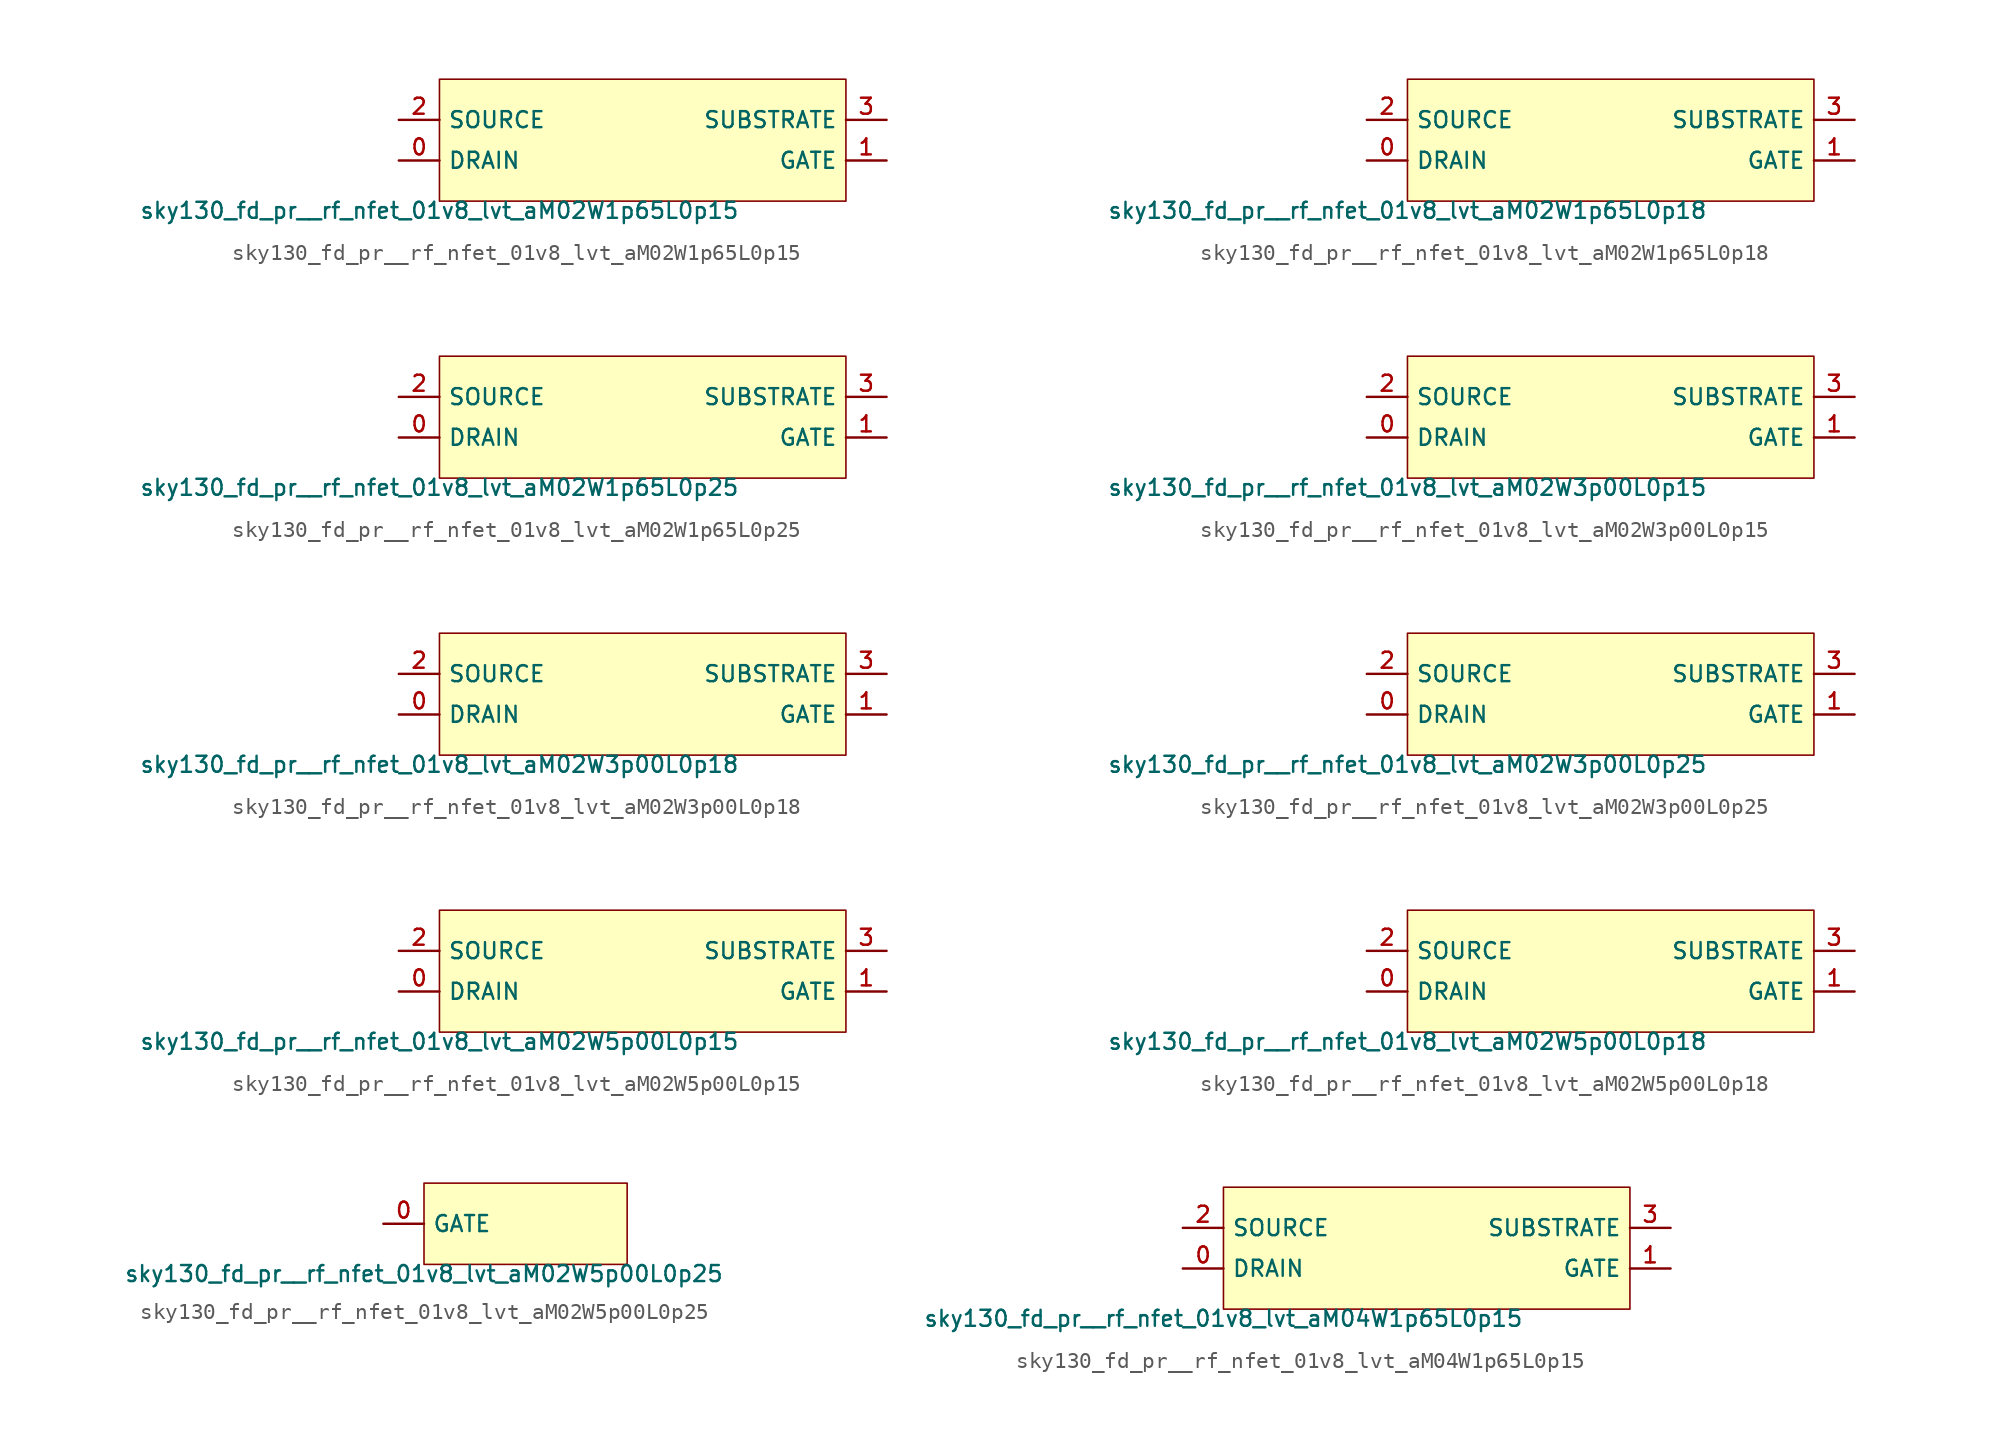
<source format=kicad_sym>
(kicad_symbol_lib
  (version 20211014)
  (generator lef2kicad_sym)
  (symbol "sky130_fd_pr__rf_nfet_01v8_lvt_aM02W1p65L0p15"
    (property "Reference" "X"
      (at 0 0 0)
      (effects (font (size 1 1)) hide))
    (property "Value" "sky130_fd_pr__rf_nfet_01v8_lvt_aM02W1p65L0p15"
      (at -12.7 -3.81 0)
      (effects (font (size 1 1)) (justify top)))
    (rectangle
      (start -12.7 -3.81)
      (end 12.7 3.81)
      (stroke (width 0.1) (type solid) (color 0 0 0 0))
      (fill (type background)))
    (pin bidirectional line
      (at -15.24 -1.27 0)
      (length 2.54)
      (name "DRAIN" (effects (font (size 1 1)) hide))
      (number "0" (effects (font (size 1 1)) hide)))
    (pin bidirectional line
      (at 15.24 -1.27 180)
      (length 2.54)
      (name "GATE" (effects (font (size 1 1)) hide))
      (number "1" (effects (font (size 1 1)) hide)))
    (pin bidirectional line
      (at -15.24 1.27 0)
      (length 2.54)
      (name "SOURCE" (effects (font (size 1 1)) hide))
      (number "2" (effects (font (size 1 1)) hide)))
    (pin bidirectional line
      (at 15.24 1.27 180)
      (length 2.54)
      (name "SUBSTRATE" (effects (font (size 1 1)) hide))
      (number "3" (effects (font (size 1 1)) hide))))
  (symbol "sky130_fd_pr__rf_nfet_01v8_lvt_aM02W1p65L0p18"
    (property "Reference" "X"
      (at 0 0 0)
      (effects (font (size 1 1)) hide))
    (property "Value" "sky130_fd_pr__rf_nfet_01v8_lvt_aM02W1p65L0p18"
      (at -12.7 -3.81 0)
      (effects (font (size 1 1)) (justify top)))
    (rectangle
      (start -12.7 -3.81)
      (end 12.7 3.81)
      (stroke (width 0.1) (type solid) (color 0 0 0 0))
      (fill (type background)))
    (pin bidirectional line
      (at -15.24 -1.27 0)
      (length 2.54)
      (name "DRAIN" (effects (font (size 1 1)) hide))
      (number "0" (effects (font (size 1 1)) hide)))
    (pin bidirectional line
      (at 15.24 -1.27 180)
      (length 2.54)
      (name "GATE" (effects (font (size 1 1)) hide))
      (number "1" (effects (font (size 1 1)) hide)))
    (pin bidirectional line
      (at -15.24 1.27 0)
      (length 2.54)
      (name "SOURCE" (effects (font (size 1 1)) hide))
      (number "2" (effects (font (size 1 1)) hide)))
    (pin bidirectional line
      (at 15.24 1.27 180)
      (length 2.54)
      (name "SUBSTRATE" (effects (font (size 1 1)) hide))
      (number "3" (effects (font (size 1 1)) hide))))
  (symbol "sky130_fd_pr__rf_nfet_01v8_lvt_aM02W1p65L0p25"
    (property "Reference" "X"
      (at 0 0 0)
      (effects (font (size 1 1)) hide))
    (property "Value" "sky130_fd_pr__rf_nfet_01v8_lvt_aM02W1p65L0p25"
      (at -12.7 -3.81 0)
      (effects (font (size 1 1)) (justify top)))
    (rectangle
      (start -12.7 -3.81)
      (end 12.7 3.81)
      (stroke (width 0.1) (type solid) (color 0 0 0 0))
      (fill (type background)))
    (pin bidirectional line
      (at -15.24 -1.27 0)
      (length 2.54)
      (name "DRAIN" (effects (font (size 1 1)) hide))
      (number "0" (effects (font (size 1 1)) hide)))
    (pin bidirectional line
      (at 15.24 -1.27 180)
      (length 2.54)
      (name "GATE" (effects (font (size 1 1)) hide))
      (number "1" (effects (font (size 1 1)) hide)))
    (pin bidirectional line
      (at -15.24 1.27 0)
      (length 2.54)
      (name "SOURCE" (effects (font (size 1 1)) hide))
      (number "2" (effects (font (size 1 1)) hide)))
    (pin bidirectional line
      (at 15.24 1.27 180)
      (length 2.54)
      (name "SUBSTRATE" (effects (font (size 1 1)) hide))
      (number "3" (effects (font (size 1 1)) hide))))
  (symbol "sky130_fd_pr__rf_nfet_01v8_lvt_aM02W3p00L0p15"
    (property "Reference" "X"
      (at 0 0 0)
      (effects (font (size 1 1)) hide))
    (property "Value" "sky130_fd_pr__rf_nfet_01v8_lvt_aM02W3p00L0p15"
      (at -12.7 -3.81 0)
      (effects (font (size 1 1)) (justify top)))
    (rectangle
      (start -12.7 -3.81)
      (end 12.7 3.81)
      (stroke (width 0.1) (type solid) (color 0 0 0 0))
      (fill (type background)))
    (pin bidirectional line
      (at -15.24 -1.27 0)
      (length 2.54)
      (name "DRAIN" (effects (font (size 1 1)) hide))
      (number "0" (effects (font (size 1 1)) hide)))
    (pin bidirectional line
      (at 15.24 -1.27 180)
      (length 2.54)
      (name "GATE" (effects (font (size 1 1)) hide))
      (number "1" (effects (font (size 1 1)) hide)))
    (pin bidirectional line
      (at -15.24 1.27 0)
      (length 2.54)
      (name "SOURCE" (effects (font (size 1 1)) hide))
      (number "2" (effects (font (size 1 1)) hide)))
    (pin bidirectional line
      (at 15.24 1.27 180)
      (length 2.54)
      (name "SUBSTRATE" (effects (font (size 1 1)) hide))
      (number "3" (effects (font (size 1 1)) hide))))
  (symbol "sky130_fd_pr__rf_nfet_01v8_lvt_aM02W3p00L0p18"
    (property "Reference" "X"
      (at 0 0 0)
      (effects (font (size 1 1)) hide))
    (property "Value" "sky130_fd_pr__rf_nfet_01v8_lvt_aM02W3p00L0p18"
      (at -12.7 -3.81 0)
      (effects (font (size 1 1)) (justify top)))
    (rectangle
      (start -12.7 -3.81)
      (end 12.7 3.81)
      (stroke (width 0.1) (type solid) (color 0 0 0 0))
      (fill (type background)))
    (pin bidirectional line
      (at -15.24 -1.27 0)
      (length 2.54)
      (name "DRAIN" (effects (font (size 1 1)) hide))
      (number "0" (effects (font (size 1 1)) hide)))
    (pin bidirectional line
      (at 15.24 -1.27 180)
      (length 2.54)
      (name "GATE" (effects (font (size 1 1)) hide))
      (number "1" (effects (font (size 1 1)) hide)))
    (pin bidirectional line
      (at -15.24 1.27 0)
      (length 2.54)
      (name "SOURCE" (effects (font (size 1 1)) hide))
      (number "2" (effects (font (size 1 1)) hide)))
    (pin bidirectional line
      (at 15.24 1.27 180)
      (length 2.54)
      (name "SUBSTRATE" (effects (font (size 1 1)) hide))
      (number "3" (effects (font (size 1 1)) hide))))
  (symbol "sky130_fd_pr__rf_nfet_01v8_lvt_aM02W3p00L0p25"
    (property "Reference" "X"
      (at 0 0 0)
      (effects (font (size 1 1)) hide))
    (property "Value" "sky130_fd_pr__rf_nfet_01v8_lvt_aM02W3p00L0p25"
      (at -12.7 -3.81 0)
      (effects (font (size 1 1)) (justify top)))
    (rectangle
      (start -12.7 -3.81)
      (end 12.7 3.81)
      (stroke (width 0.1) (type solid) (color 0 0 0 0))
      (fill (type background)))
    (pin bidirectional line
      (at -15.24 -1.27 0)
      (length 2.54)
      (name "DRAIN" (effects (font (size 1 1)) hide))
      (number "0" (effects (font (size 1 1)) hide)))
    (pin bidirectional line
      (at 15.24 -1.27 180)
      (length 2.54)
      (name "GATE" (effects (font (size 1 1)) hide))
      (number "1" (effects (font (size 1 1)) hide)))
    (pin bidirectional line
      (at -15.24 1.27 0)
      (length 2.54)
      (name "SOURCE" (effects (font (size 1 1)) hide))
      (number "2" (effects (font (size 1 1)) hide)))
    (pin bidirectional line
      (at 15.24 1.27 180)
      (length 2.54)
      (name "SUBSTRATE" (effects (font (size 1 1)) hide))
      (number "3" (effects (font (size 1 1)) hide))))
  (symbol "sky130_fd_pr__rf_nfet_01v8_lvt_aM02W5p00L0p15"
    (property "Reference" "X"
      (at 0 0 0)
      (effects (font (size 1 1)) hide))
    (property "Value" "sky130_fd_pr__rf_nfet_01v8_lvt_aM02W5p00L0p15"
      (at -12.7 -3.81 0)
      (effects (font (size 1 1)) (justify top)))
    (rectangle
      (start -12.7 -3.81)
      (end 12.7 3.81)
      (stroke (width 0.1) (type solid) (color 0 0 0 0))
      (fill (type background)))
    (pin bidirectional line
      (at -15.24 -1.27 0)
      (length 2.54)
      (name "DRAIN" (effects (font (size 1 1)) hide))
      (number "0" (effects (font (size 1 1)) hide)))
    (pin bidirectional line
      (at 15.24 -1.27 180)
      (length 2.54)
      (name "GATE" (effects (font (size 1 1)) hide))
      (number "1" (effects (font (size 1 1)) hide)))
    (pin bidirectional line
      (at -15.24 1.27 0)
      (length 2.54)
      (name "SOURCE" (effects (font (size 1 1)) hide))
      (number "2" (effects (font (size 1 1)) hide)))
    (pin bidirectional line
      (at 15.24 1.27 180)
      (length 2.54)
      (name "SUBSTRATE" (effects (font (size 1 1)) hide))
      (number "3" (effects (font (size 1 1)) hide))))
  (symbol "sky130_fd_pr__rf_nfet_01v8_lvt_aM02W5p00L0p18"
    (property "Reference" "X"
      (at 0 0 0)
      (effects (font (size 1 1)) hide))
    (property "Value" "sky130_fd_pr__rf_nfet_01v8_lvt_aM02W5p00L0p18"
      (at -12.7 -3.81 0)
      (effects (font (size 1 1)) (justify top)))
    (rectangle
      (start -12.7 -3.81)
      (end 12.7 3.81)
      (stroke (width 0.1) (type solid) (color 0 0 0 0))
      (fill (type background)))
    (pin bidirectional line
      (at -15.24 -1.27 0)
      (length 2.54)
      (name "DRAIN" (effects (font (size 1 1)) hide))
      (number "0" (effects (font (size 1 1)) hide)))
    (pin bidirectional line
      (at 15.24 -1.27 180)
      (length 2.54)
      (name "GATE" (effects (font (size 1 1)) hide))
      (number "1" (effects (font (size 1 1)) hide)))
    (pin bidirectional line
      (at -15.24 1.27 0)
      (length 2.54)
      (name "SOURCE" (effects (font (size 1 1)) hide))
      (number "2" (effects (font (size 1 1)) hide)))
    (pin bidirectional line
      (at 15.24 1.27 180)
      (length 2.54)
      (name "SUBSTRATE" (effects (font (size 1 1)) hide))
      (number "3" (effects (font (size 1 1)) hide))))
  (symbol "sky130_fd_pr__rf_nfet_01v8_lvt_aM02W5p00L0p25"
    (property "Reference" "X"
      (at 0 0 0)
      (effects (font (size 1 1)) hide))
    (property "Value" "sky130_fd_pr__rf_nfet_01v8_lvt_aM02W5p00L0p25"
      (at -6.35 -2.54 0)
      (effects (font (size 1 1)) (justify top)))
    (rectangle
      (start -6.35 -2.54)
      (end 6.35 2.54)
      (stroke (width 0.1) (type solid) (color 0 0 0 0))
      (fill (type background)))
    (pin bidirectional line
      (at -8.89 0.0 0)
      (length 2.54)
      (name "GATE" (effects (font (size 1 1)) hide))
      (number "0" (effects (font (size 1 1)) hide))))
  (symbol "sky130_fd_pr__rf_nfet_01v8_lvt_aM04W1p65L0p15"
    (property "Reference" "X"
      (at 0 0 0)
      (effects (font (size 1 1)) hide))
    (property "Value" "sky130_fd_pr__rf_nfet_01v8_lvt_aM04W1p65L0p15"
      (at -12.7 -3.81 0)
      (effects (font (size 1 1)) (justify top)))
    (rectangle
      (start -12.7 -3.81)
      (end 12.7 3.81)
      (stroke (width 0.1) (type solid) (color 0 0 0 0))
      (fill (type background)))
    (pin bidirectional line
      (at -15.24 -1.27 0)
      (length 2.54)
      (name "DRAIN" (effects (font (size 1 1)) hide))
      (number "0" (effects (font (size 1 1)) hide)))
    (pin bidirectional line
      (at 15.24 -1.27 180)
      (length 2.54)
      (name "GATE" (effects (font (size 1 1)) hide))
      (number "1" (effects (font (size 1 1)) hide)))
    (pin bidirectional line
      (at -15.24 1.27 0)
      (length 2.54)
      (name "SOURCE" (effects (font (size 1 1)) hide))
      (number "2" (effects (font (size 1 1)) hide)))
    (pin bidirectional line
      (at 15.24 1.27 180)
      (length 2.54)
      (name "SUBSTRATE" (effects (font (size 1 1)) hide))
      (number "3" (effects (font (size 1 1)) hide)))))
</source>
